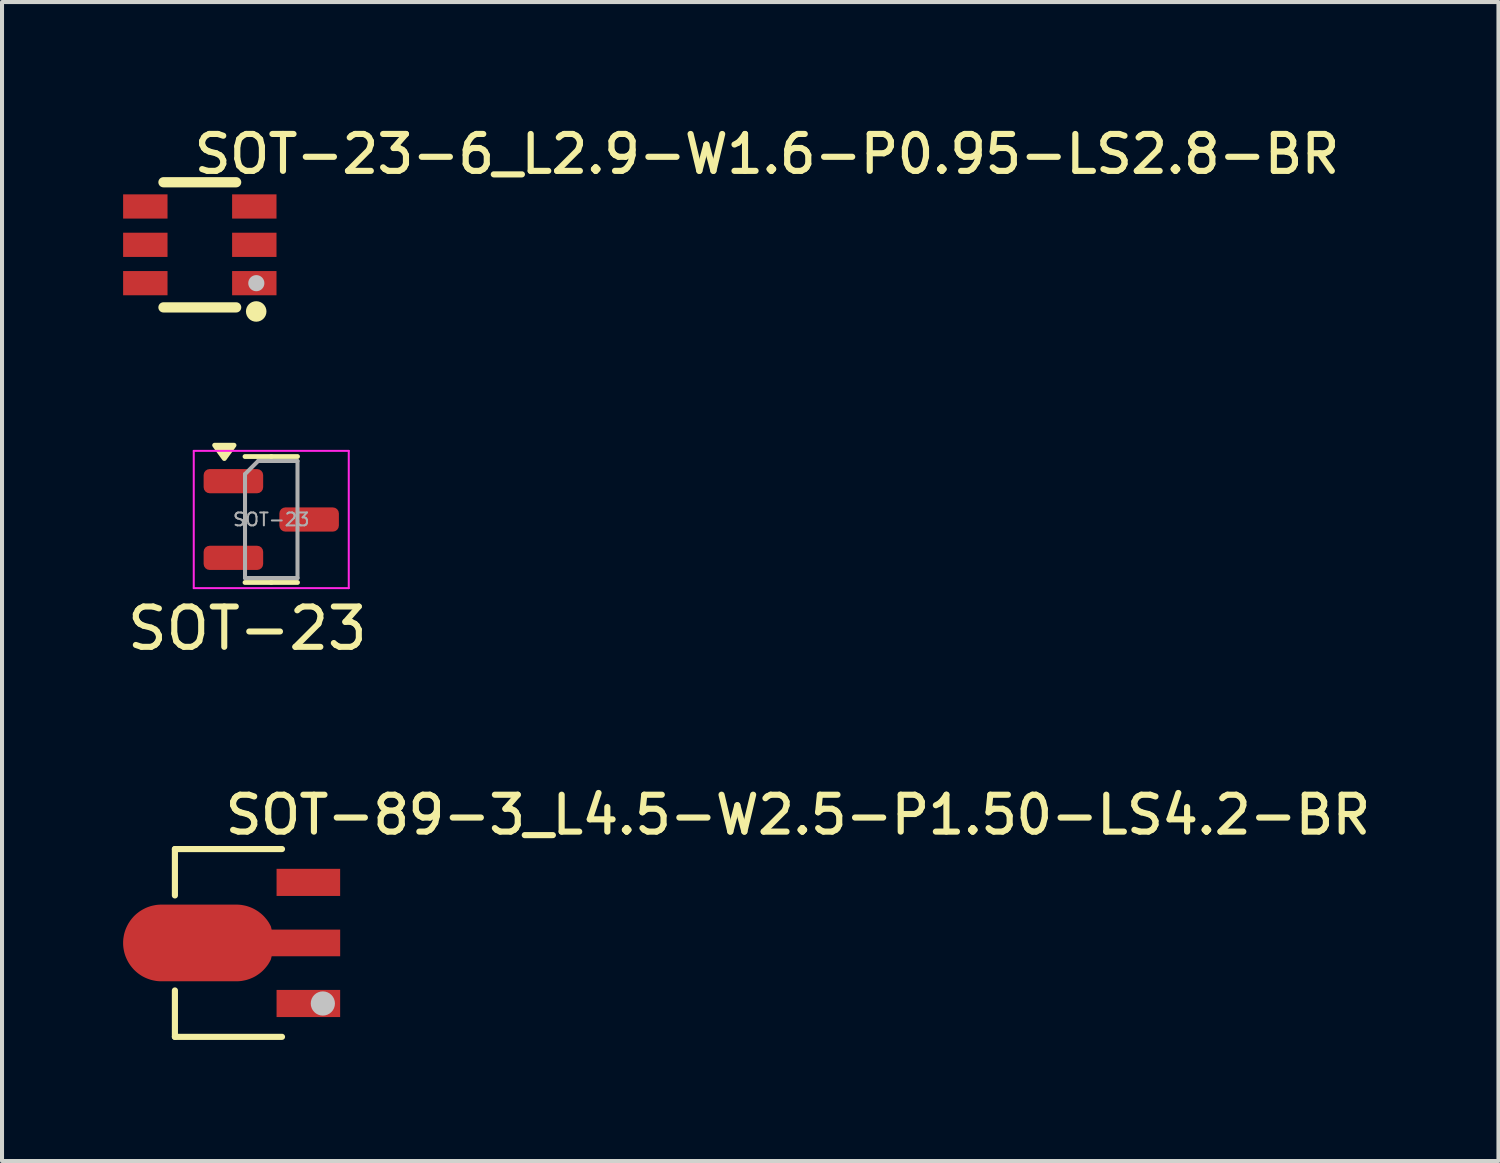
<source format=kicad_pcb>
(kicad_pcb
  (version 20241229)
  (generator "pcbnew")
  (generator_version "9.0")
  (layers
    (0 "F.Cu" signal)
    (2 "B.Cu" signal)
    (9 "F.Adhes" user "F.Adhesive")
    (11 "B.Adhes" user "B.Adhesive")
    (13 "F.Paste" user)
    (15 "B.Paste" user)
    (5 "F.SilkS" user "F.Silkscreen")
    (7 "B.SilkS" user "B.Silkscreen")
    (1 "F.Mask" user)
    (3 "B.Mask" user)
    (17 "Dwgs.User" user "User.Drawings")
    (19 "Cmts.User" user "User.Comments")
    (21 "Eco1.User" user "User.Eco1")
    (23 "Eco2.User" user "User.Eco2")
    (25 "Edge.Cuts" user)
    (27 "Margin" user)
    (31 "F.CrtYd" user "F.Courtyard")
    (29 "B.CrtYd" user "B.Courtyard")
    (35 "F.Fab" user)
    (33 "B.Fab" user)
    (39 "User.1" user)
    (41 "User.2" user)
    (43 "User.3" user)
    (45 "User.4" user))
  (footprint "SOT-23-6_L2.9-W1.6-P0.95-LS2.8-BR"
    (layer "F.Cu")
    (at 1.9 3.015)
    (property "Reference" "SOT-23-6_L2.9-W1.6-P0.95-LS2.8-BR" (at -0.216 -2.782 0) (layer "F.SilkS") (effects (font (size 0.914 0.914) (thickness 0.152)) (justify left top)))
    (fp_line (start -0.9 -1.55) (end 0.9 -1.55) (stroke (width 0.254) (type default)) (layer "F.SilkS"))
    (fp_line (start -0.9 1.55) (end 0.9 1.55) (stroke (width 0.254) (type default)) (layer "F.SilkS"))
    (fp_circle (center 1.397 1.651) (end 1.524 1.651) (stroke (width 0.254) (type default)) (fill no) (layer "F.SilkS"))
    (fp_circle (center 1.4 0.95) (end 1.5 0.95) (stroke (width 0.2) (type default)) (fill no) (layer "Dwgs.User"))
    (fp_circle (center 1.4 1.45) (end 1.43 1.45) (stroke (width 0.06) (type default)) (fill no) (layer "User.5"))
    (pad "1" smd rect (at 1.35 0.95) (size 1.1 0.6) (layers "F.Cu" "F.Mask" "F.Paste"))
    (pad "2" smd rect (at 1.35 0) (size 1.1 0.6) (layers "F.Cu" "F.Mask" "F.Paste"))
    (pad "3" smd rect (at 1.35 -0.95) (size 1.1 0.6) (layers "F.Cu" "F.Mask" "F.Paste"))
    (pad "4" smd rect (at -1.35 -0.95) (size 1.1 0.6) (layers "F.Cu" "F.Mask" "F.Paste"))
    (pad "5" smd rect (at -1.35 0) (size 1.1 0.6) (layers "F.Cu" "F.Mask" "F.Paste"))
    (pad "6" smd rect (at -1.35 0.95) (size 1.1 0.6) (layers "F.Cu" "F.Mask" "F.Paste"))
    (zone (net_name "") (layer "User.3") (hatch edge 0.5) (priority 100) (connect_pads yes) (min_thickness 0) (filled_areas_thickness no) (fill yes) (polygon (pts (xy 1.13 4.45) (xy 1.13 1.55) (xy 2.73 1.55) (xy 2.73 4.45))) (filled_polygon (layer "User.3") (island) (pts (xy 1.13 4.45) (xy 1.13 1.55) (xy 2.73 1.55) (xy 2.73 4.45))))
    (zone (net_name "") (layer "User.4") (hatch edge 0.5) (priority 100) (connect_pads) (min_thickness 0) (filled_areas_thickness no) (keepout (tracks allowed) (vias allowed) (pads allowed) (copperpour not_allowed) (footprints allowed)) (placement (enabled no)) (fill) (polygon (pts (xy 0.995 2.265) (xy 0.995 1.835) (xy 1.14 1.835) (xy 1.14 2.265))))
    (zone (net_name "") (layer "User.4") (hatch edge 0.5) (priority 100) (connect_pads) (min_thickness 0) (filled_areas_thickness no) (keepout (tracks allowed) (vias allowed) (pads allowed) (copperpour not_allowed) (footprints allowed)) (placement (enabled no)) (fill) (polygon (pts (xy 0.995 3.215) (xy 0.995 2.785) (xy 1.14 2.785) (xy 1.14 3.215))))
    (zone (net_name "") (layer "User.4") (hatch edge 0.5) (priority 100) (connect_pads) (min_thickness 0) (filled_areas_thickness no) (keepout (tracks allowed) (vias allowed) (pads allowed) (copperpour not_allowed) (footprints allowed)) (placement (enabled no)) (fill) (polygon (pts (xy 0.995 4.165) (xy 0.995 3.735) (xy 1.14 3.735) (xy 1.14 4.165))))
    (zone (net_name "") (layer "User.4") (hatch edge 0.5) (priority 100) (connect_pads yes) (min_thickness 0) (filled_areas_thickness no) (fill yes) (polygon (pts (xy 1.005 2.265) (xy 1.005 1.835) (xy 0.53 1.835) (xy 0.53 2.265))) (filled_polygon (layer "User.4") (island) (pts (xy 1.005 2.265) (xy 1.005 1.835) (xy 0.53 1.835) (xy 0.53 2.265))))
    (zone (net_name "") (layer "User.4") (hatch edge 0.5) (priority 100) (connect_pads yes) (min_thickness 0) (filled_areas_thickness no) (fill yes) (polygon (pts (xy 1.005 3.215) (xy 1.005 2.785) (xy 0.53 2.785) (xy 0.53 3.215))) (filled_polygon (layer "User.4") (island) (pts (xy 1.005 3.215) (xy 1.005 2.785) (xy 0.53 2.785) (xy 0.53 3.215))))
    (zone (net_name "") (layer "User.4") (hatch edge 0.5) (priority 100) (connect_pads yes) (min_thickness 0) (filled_areas_thickness no) (fill yes) (polygon (pts (xy 1.005 4.165) (xy 1.005 3.735) (xy 0.53 3.735) (xy 0.53 4.165))) (filled_polygon (layer "User.4") (island) (pts (xy 1.005 4.165) (xy 1.005 3.735) (xy 0.53 3.735) (xy 0.53 4.165))))
    (zone (net_name "") (layer "User.4") (hatch edge 0.5) (priority 100) (connect_pads yes) (min_thickness 0) (filled_areas_thickness no) (fill yes) (polygon (pts (xy 2.855 2.265) (xy 2.855 1.835) (xy 3.33 1.835) (xy 3.33 2.265))) (filled_polygon (layer "User.4") (island) (pts (xy 2.855 2.265) (xy 2.855 1.835) (xy 3.33 1.835) (xy 3.33 2.265))))
    (zone (net_name "") (layer "User.4") (hatch edge 0.5) (priority 100) (connect_pads yes) (min_thickness 0) (filled_areas_thickness no) (fill yes) (polygon (pts (xy 2.855 3.215) (xy 2.855 2.785) (xy 3.33 2.785) (xy 3.33 3.215))) (filled_polygon (layer "User.4") (island) (pts (xy 2.855 3.215) (xy 2.855 2.785) (xy 3.33 2.785) (xy 3.33 3.215))))
    (zone (net_name "") (layer "User.4") (hatch edge 0.5) (priority 100) (connect_pads yes) (min_thickness 0) (filled_areas_thickness no) (fill yes) (polygon (pts (xy 2.855 4.165) (xy 2.855 3.735) (xy 3.33 3.735) (xy 3.33 4.165))) (filled_polygon (layer "User.4") (island) (pts (xy 2.855 4.165) (xy 2.855 3.735) (xy 3.33 3.735) (xy 3.33 4.165))))
    (zone (net_name "") (layer "User.4") (hatch edge 0.5) (priority 100) (connect_pads) (min_thickness 0) (filled_areas_thickness no) (keepout (tracks allowed) (vias allowed) (pads allowed) (copperpour not_allowed) (footprints allowed)) (placement (enabled no)) (fill) (polygon (pts (xy 2.865 1.835) (xy 2.865 2.265) (xy 2.72 2.265) (xy 2.72 1.835))))
    (zone (net_name "") (layer "User.4") (hatch edge 0.5) (priority 100) (connect_pads) (min_thickness 0) (filled_areas_thickness no) (keepout (tracks allowed) (vias allowed) (pads allowed) (copperpour not_allowed) (footprints allowed)) (placement (enabled no)) (fill) (polygon (pts (xy 2.865 2.785) (xy 2.865 3.215) (xy 2.72 3.215) (xy 2.72 2.785))))
    (zone (net_name "") (layer "User.4") (hatch edge 0.5) (priority 100) (connect_pads) (min_thickness 0) (filled_areas_thickness no) (keepout (tracks allowed) (vias allowed) (pads allowed) (copperpour not_allowed) (footprints allowed)) (placement (enabled no)) (fill) (polygon (pts (xy 2.865 3.735) (xy 2.865 4.165) (xy 2.72 4.165) (xy 2.72 3.735)))))
  (footprint "SOT-89-3_L4.5-W2.5-P1.50-LS4.2-BR"
    (layer "F.Cu")
    (at 3.233 20.31)
    (property "Reference" "SOT-89-3_L4.5-W2.5-P1.50-LS4.2-BR" (at -0.782 -3.708 0) (layer "F.SilkS") (effects (font (size 0.914 0.914) (thickness 0.152)) (justify left top)))
    (fp_line (start -1.95 -2.326) (end -1.95 -1.177) (stroke (width 0.152) (type default)) (layer "F.SilkS"))
    (fp_line (start -1.95 2.326) (end -1.95 1.177) (stroke (width 0.152) (type default)) (layer "F.SilkS"))
    (fp_line (start 0.703 -2.326) (end -1.95 -2.326) (stroke (width 0.152) (type default)) (layer "F.SilkS"))
    (fp_line (start 0.703 2.326) (end -1.95 2.326) (stroke (width 0.152) (type default)) (layer "F.SilkS"))
    (fp_circle (center 1.715 1.5) (end 1.865 1.5) (stroke (width 0.3) (type default)) (fill no) (layer "Dwgs.User"))
    (fp_circle (center 1.724 2.25) (end 1.754 2.25) (stroke (width 0.06) (type default)) (fill no) (layer "User.5"))
    (pad "1" smd rect (at 1.356 1.5) (size 1.575 0.672) (layers "F.Cu" "F.Mask" "F.Paste"))
    (pad "2" smd custom (at -1.356 0.0001 90) (size 0.000001 0.000001) (layers "F.Cu" "F.Mask" "F.Paste") (options (anchor circle)) (primitives (gr_poly (pts (xy 0.95 -0.927) (xy 0.95 0.927) (xy 0.949 0.972) (xy 0.946 1.016) (xy 0.941 1.06) (xy 0.933 1.104) (xy 0.924 1.148) (xy 0.913 1.191) (xy 0.899 1.233) (xy 0.884 1.275) (xy 0.867 1.316) (xy 0.847 1.357) (xy 0.826 1.396) (xy 0.803 1.434) (xy 0.779 1.471) (xy 0.752 1.507) (xy 0.725 1.542) (xy 0.695 1.575) (xy 0.664 1.607) (xy 0.631 1.637) (xy 0.597 1.666) (xy 0.562 1.693) (xy 0.525 1.719) (xy 0.488 1.742) (xy 0.449 1.764) (xy 0.409 1.784) (xy 0.33 1.803) (xy 0.33 3.5) (xy -0.33 3.5) (xy -0.33 1.803) (xy -0.409 1.784) (xy -0.449 1.764) (xy -0.488 1.742) (xy -0.526 1.719) (xy -0.562 1.693) (xy -0.597 1.666) (xy -0.631 1.637) (xy -0.664 1.607) (xy -0.695 1.575) (xy -0.725 1.542) (xy -0.753 1.507) (xy -0.779 1.471) (xy -0.804 1.434) (xy -0.827 1.396) (xy -0.848 1.357) (xy -0.867 1.316) (xy -0.884 1.275) (xy -0.899 1.233) (xy -0.913 1.191) (xy -0.924 1.148) (xy -0.933 1.104) (xy -0.941 1.06) (xy -0.946 1.016) (xy -0.949 0.972) (xy -0.95 0.927) (xy -0.95 -0.927) (xy -0.949 -0.972) (xy -0.946 -1.016) (xy -0.941 -1.06) (xy -0.933 -1.104) (xy -0.924 -1.148) (xy -0.913 -1.191) (xy -0.899 -1.233) (xy -0.884 -1.275) (xy -0.867 -1.316) (xy -0.848 -1.356) (xy -0.827 -1.396) (xy -0.804 -1.434) (xy -0.779 -1.471) (xy -0.753 -1.507) (xy -0.725 -1.541) (xy -0.695 -1.575) (xy -0.664 -1.607) (xy -0.631 -1.637) (xy -0.597 -1.666) (xy -0.562 -1.693) (xy -0.526 -1.718) (xy -0.488 -1.742) (xy -0.449 -1.764) (xy -0.409 -1.784) (xy -0.369 -1.802) (xy -0.327 -1.819) (xy -0.285 -1.833) (xy -0.242 -1.846) (xy -0.199 -1.856) (xy -0.155 -1.864) (xy -0.111 -1.871) (xy -0.067 -1.875) (xy -0.022 -1.877) (xy 0.022 -1.877) (xy 0.067 -1.875) (xy 0.111 -1.871) (xy 0.155 -1.864) (xy 0.199 -1.856) (xy 0.242 -1.846) (xy 0.285 -1.833) (xy 0.327 -1.819) (xy 0.369 -1.802) (xy 0.409 -1.784) (xy 0.449 -1.764) (xy 0.488 -1.742) (xy 0.525 -1.718) (xy 0.562 -1.693) (xy 0.597 -1.666) (xy 0.631 -1.637) (xy 0.664 -1.607) (xy 0.695 -1.575) (xy 0.725 -1.541) (xy 0.752 -1.507) (xy 0.779 -1.471) (xy 0.803 -1.434) (xy 0.826 -1.396) (xy 0.847 -1.356) (xy 0.867 -1.316) (xy 0.884 -1.275) (xy 0.899 -1.233) (xy 0.913 -1.191) (xy 0.924 -1.148) (xy 0.933 -1.104) (xy 0.941 -1.06) (xy 0.946 -1.016) (xy 0.949 -0.972)) (width 0) (fill yes))))
    (pad "3" smd rect (at 1.356 -1.5) (size 1.575 0.672) (layers "F.Cu" "F.Mask" "F.Paste"))
    (zone (net_name "") (layer "User.3") (hatch edge 0.5) (priority 100) (connect_pads yes) (min_thickness 0) (filled_areas_thickness no) (fill yes) (polygon (pts (xy 1.26 22.537) (xy 1.26 18.037) (xy 3.76 18.037) (xy 3.76 22.537))) (filled_polygon (layer "User.3") (island) (pts (xy 1.26 22.537) (xy 1.26 18.037) (xy 3.76 18.037) (xy 3.76 22.537))))
    (zone (net_name "") (layer "User.4") (hatch edge 0.5) (priority 100) (connect_pads yes) (min_thickness 0) (filled_areas_thickness no) (fill yes) (polygon (pts (xy 3.758 18.537) (xy 4.858 18.537) (xy 4.858 19.037) (xy 3.758 19.037))) (filled_polygon (layer "User.4") (island) (pts (xy 3.758 18.537) (xy 4.858 18.537) (xy 4.858 19.037) (xy 3.758 19.037))))
    (zone (net_name "") (layer "User.4") (hatch edge 0.5) (priority 100) (connect_pads yes) (min_thickness 0) (filled_areas_thickness no) (fill yes) (polygon (pts (xy 3.758 21.537) (xy 4.858 21.537) (xy 4.858 22.037) (xy 3.758 22.037))) (filled_polygon (layer "User.4") (island) (pts (xy 3.758 21.537) (xy 4.858 21.537) (xy 4.858 22.037) (xy 3.758 22.037))))
    (zone (net_name "") (layer "User.4") (hatch edge 0.5) (priority 100) (connect_pads yes) (min_thickness 0) (filled_areas_thickness no) (fill yes) (polygon (pts (xy 3.573 20.547) (xy 4.858 20.547) (xy 4.858 20.027) (xy 3.573 20.027) (xy 2.998 19.425) (xy 1.134 19.425) (xy 0.663 20) (xy 0.663 20.575) (xy 1.134 21.15) (xy 2.998 21.15))) (filled_polygon (layer "User.4") (island) (pts (xy 3.573 20.547) (xy 4.858 20.547) (xy 4.858 20.027) (xy 3.573 20.027) (xy 2.998 19.425) (xy 1.134 19.425) (xy 0.663 20) (xy 0.663 20.575) (xy 1.134 21.15) (xy 2.998 21.15)))))
  (footprint "SOT-23"
    (layer "F.Cu")
    (at 3.67 9.82)
    (property "Reference" "SOT-23" (at -0.593 2.7 180) (layer "F.SilkS") (effects (font (size 1 1) (thickness 0.15))))
    (attr smd)
    (fp_line (start 0 -1.56) (end -0.65 -1.56) (stroke (width 0.12) (type solid)) (layer "F.SilkS"))
    (fp_line (start 0 -1.56) (end 0.65 -1.56) (stroke (width 0.12) (type solid)) (layer "F.SilkS"))
    (fp_line (start 0 1.56) (end -0.65 1.56) (stroke (width 0.12) (type solid)) (layer "F.SilkS"))
    (fp_line (start 0 1.56) (end 0.65 1.56) (stroke (width 0.12) (type solid)) (layer "F.SilkS"))
    (fp_poly (pts (xy -1.163 -1.51) (xy -1.403 -1.84) (xy -0.922 -1.84) (xy -1.163 -1.51)) (stroke (width 0.12) (type solid)) (fill yes) (layer "F.SilkS"))
    (fp_line (start -1.92 -1.7) (end -1.92 1.7) (stroke (width 0.05) (type solid)) (layer "F.CrtYd"))
    (fp_line (start -1.92 1.7) (end 1.92 1.7) (stroke (width 0.05) (type solid)) (layer "F.CrtYd"))
    (fp_line (start 1.92 -1.7) (end -1.92 -1.7) (stroke (width 0.05) (type solid)) (layer "F.CrtYd"))
    (fp_line (start 1.92 1.7) (end 1.92 -1.7) (stroke (width 0.05) (type solid)) (layer "F.CrtYd"))
    (fp_line (start -0.65 -1.125) (end -0.325 -1.45) (stroke (width 0.1) (type solid)) (layer "F.Fab"))
    (fp_line (start -0.65 1.45) (end -0.65 -1.125) (stroke (width 0.1) (type solid)) (layer "F.Fab"))
    (fp_line (start -0.325 -1.45) (end 0.65 -1.45) (stroke (width 0.1) (type solid)) (layer "F.Fab"))
    (fp_line (start 0.65 -1.45) (end 0.65 1.45) (stroke (width 0.1) (type solid)) (layer "F.Fab"))
    (fp_line (start 0.65 1.45) (end -0.65 1.45) (stroke (width 0.1) (type solid)) (layer "F.Fab"))
    (fp_text user "${REFERENCE}" (at 0 0 180) (layer "F.Fab") (effects (font (size 0.32 0.32) (thickness 0.05))))
    (pad "1" smd roundrect (at -0.938 -0.95) (size 1.475 0.6) (layers "F.Cu" "F.Mask" "F.Paste") (roundrect_rratio 0.25))
    (pad "2" smd roundrect (at -0.938 0.95) (size 1.475 0.6) (layers "F.Cu" "F.Mask" "F.Paste") (roundrect_rratio 0.25))
    (pad "3" smd roundrect (at 0.938 0) (size 1.475 0.6) (layers "F.Cu" "F.Mask" "F.Paste") (roundrect_rratio 0.25)))
  (gr_rect
    (start -3 -3)
    (end 34.072 25.712)
    (stroke (width 0.1) (type default))
    (fill no)
    (layer "Edge.Cuts")))
</source>
